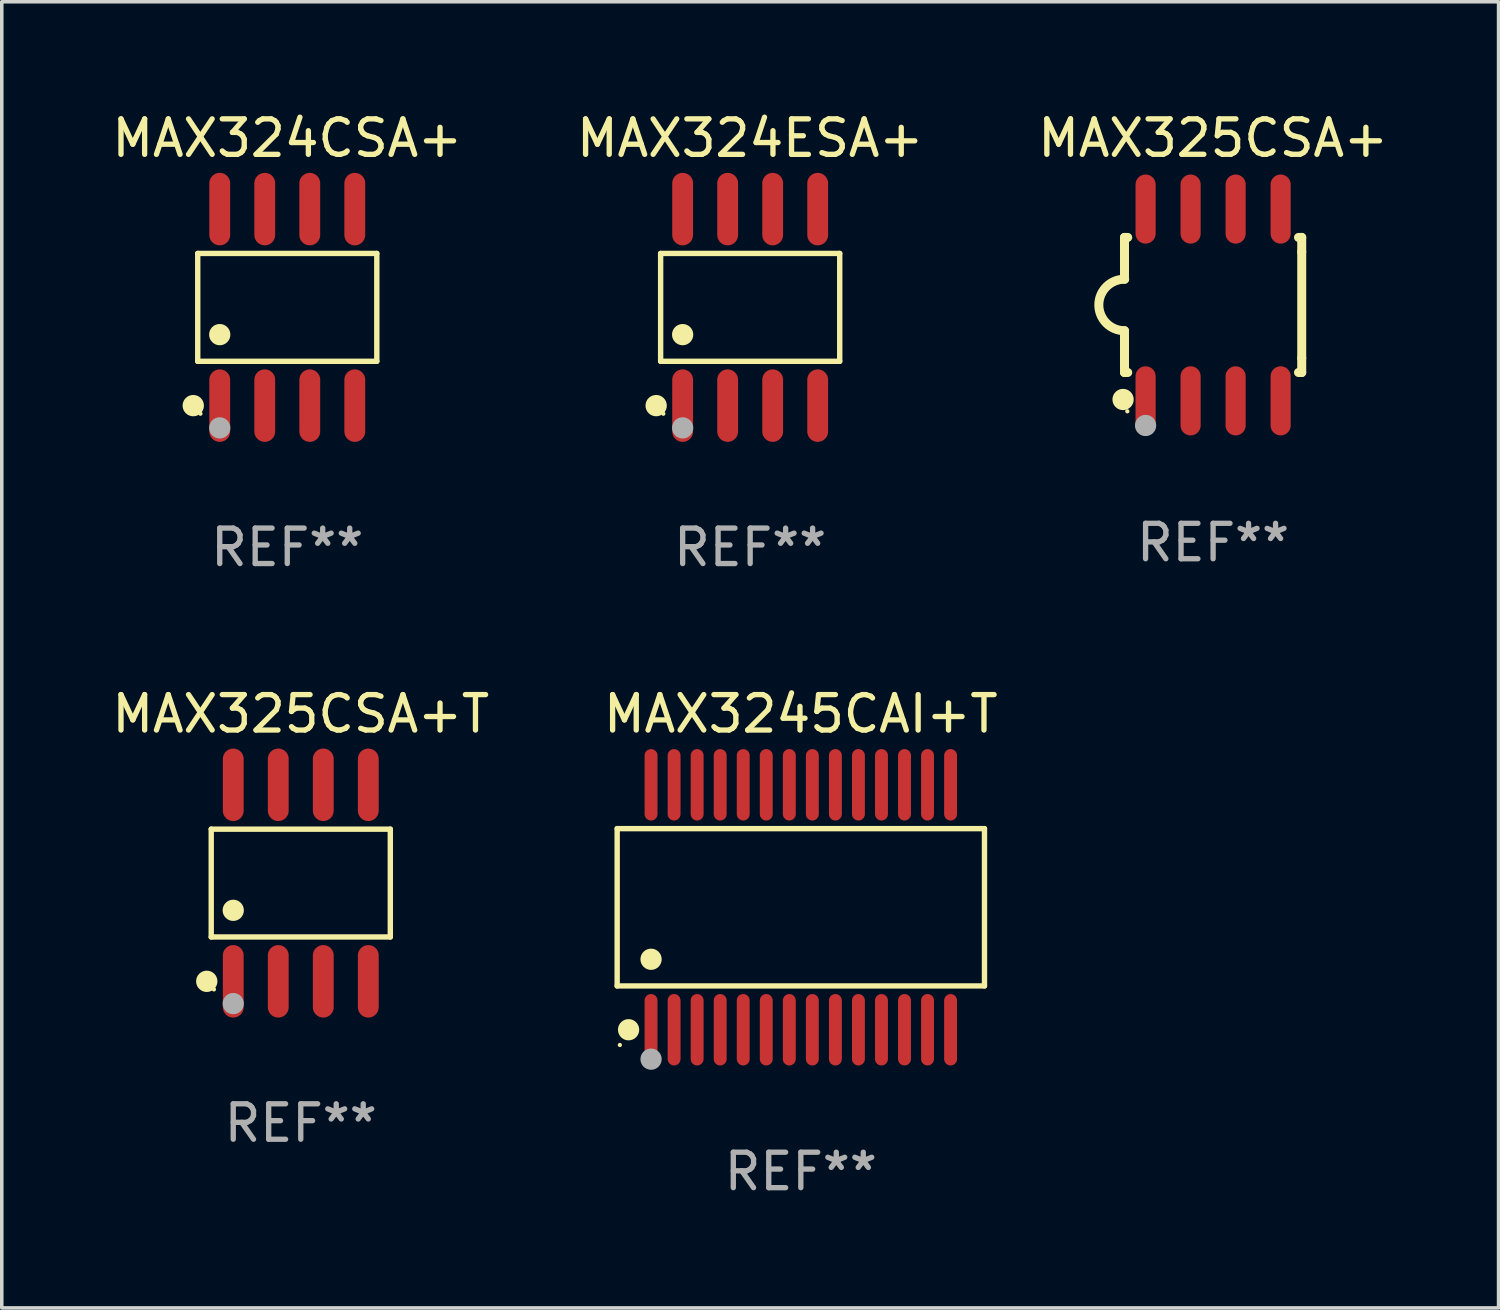
<source format=kicad_pcb>
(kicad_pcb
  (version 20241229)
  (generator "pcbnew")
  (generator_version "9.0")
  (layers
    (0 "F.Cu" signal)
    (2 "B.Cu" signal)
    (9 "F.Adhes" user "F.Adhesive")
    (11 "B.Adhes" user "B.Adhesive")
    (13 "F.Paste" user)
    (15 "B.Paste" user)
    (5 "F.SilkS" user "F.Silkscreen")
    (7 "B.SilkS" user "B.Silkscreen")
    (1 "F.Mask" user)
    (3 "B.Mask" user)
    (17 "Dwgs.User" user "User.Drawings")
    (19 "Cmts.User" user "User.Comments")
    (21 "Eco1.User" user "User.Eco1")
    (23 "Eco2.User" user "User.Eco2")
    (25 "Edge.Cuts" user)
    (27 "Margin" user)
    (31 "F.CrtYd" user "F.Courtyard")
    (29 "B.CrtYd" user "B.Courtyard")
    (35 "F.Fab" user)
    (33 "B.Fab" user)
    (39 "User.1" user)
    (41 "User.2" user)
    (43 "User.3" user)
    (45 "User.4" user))
  (footprint "MAX325CSA+T"
    (layer "F.Cu")
    (at 5.435 21.862)
    (property "Reference" "MAX325CSA+T" (at 0 -4.772 0) (layer "F.SilkS") (effects (font (size 1 1) (thickness 0.15))))
    (attr through_hole)
    (fp_line (start -2.526 -1.521) (end 2.526 -1.521) (stroke (width 0.152) (type solid)) (layer "F.SilkS"))
    (fp_line (start -2.526 1.521) (end -2.526 -1.521) (stroke (width 0.152) (type solid)) (layer "F.SilkS"))
    (fp_line (start 2.526 -1.521) (end 2.526 1.521) (stroke (width 0.152) (type solid)) (layer "F.SilkS"))
    (fp_line (start 2.526 1.521) (end -2.526 1.521) (stroke (width 0.152) (type solid)) (layer "F.SilkS"))
    (fp_circle (center -2.652 2.772) (end -2.501 2.772) (stroke (width 0.3) (type solid)) (fill no) (layer "F.SilkS"))
    (fp_circle (center -2.45 3) (end -2.42 3) (stroke (width 0.06) (type solid)) (fill no) (layer "F.SilkS"))
    (fp_circle (center -1.905 0.769) (end -1.755 0.769) (stroke (width 0.3) (type solid)) (fill no) (layer "F.SilkS"))
    (fp_circle (center -1.905 3.4) (end -1.755 3.4) (stroke (width 0.3) (type solid)) (fill no) (layer "F.Fab"))
    (fp_text user "REF**" (at 0 6.772 0) (layer "F.Fab") (effects (font (size 1 1) (thickness 0.15))))
    (pad "1" smd oval (at -1.905 2.772) (size 0.588 2.045) (layers "F.Cu" "F.Mask" "F.Paste"))
    (pad "2" smd oval (at -0.635 2.772) (size 0.588 2.045) (layers "F.Cu" "F.Mask" "F.Paste"))
    (pad "3" smd oval (at 0.635 2.772) (size 0.588 2.045) (layers "F.Cu" "F.Mask" "F.Paste"))
    (pad "4" smd oval (at 1.905 2.772) (size 0.588 2.045) (layers "F.Cu" "F.Mask" "F.Paste"))
    (pad "5" smd oval (at 1.905 -2.772) (size 0.588 2.045) (layers "F.Cu" "F.Mask" "F.Paste"))
    (pad "6" smd oval (at 0.635 -2.772) (size 0.588 2.045) (layers "F.Cu" "F.Mask" "F.Paste"))
    (pad "7" smd oval (at -0.635 -2.772) (size 0.588 2.045) (layers "F.Cu" "F.Mask" "F.Paste"))
    (pad "8" smd oval (at -1.905 -2.772) (size 0.588 2.045) (layers "F.Cu" "F.Mask" "F.Paste")))
  (footprint "MAX324CSA+"
    (layer "F.Cu")
    (at 5.054 5.621)
    (property "Reference" "MAX324CSA+" (at 0 -4.772 0) (layer "F.SilkS") (effects (font (size 1 1) (thickness 0.15))))
    (attr through_hole)
    (fp_line (start -2.526 -1.521) (end 2.526 -1.521) (stroke (width 0.152) (type solid)) (layer "F.SilkS"))
    (fp_line (start -2.526 1.521) (end -2.526 -1.521) (stroke (width 0.152) (type solid)) (layer "F.SilkS"))
    (fp_line (start 2.526 -1.521) (end 2.526 1.521) (stroke (width 0.152) (type solid)) (layer "F.SilkS"))
    (fp_line (start 2.526 1.521) (end -2.526 1.521) (stroke (width 0.152) (type solid)) (layer "F.SilkS"))
    (fp_circle (center -2.652 2.772) (end -2.501 2.772) (stroke (width 0.3) (type solid)) (fill no) (layer "F.SilkS"))
    (fp_circle (center -2.45 3) (end -2.42 3) (stroke (width 0.06) (type solid)) (fill no) (layer "F.SilkS"))
    (fp_circle (center -1.905 0.769) (end -1.755 0.769) (stroke (width 0.3) (type solid)) (fill no) (layer "F.SilkS"))
    (fp_circle (center -1.905 3.4) (end -1.755 3.4) (stroke (width 0.3) (type solid)) (fill no) (layer "F.Fab"))
    (fp_text user "REF**" (at 0 6.772 0) (layer "F.Fab") (effects (font (size 1 1) (thickness 0.15))))
    (pad "1" smd oval (at -1.905 2.772) (size 0.588 2.045) (layers "F.Cu" "F.Mask" "F.Paste"))
    (pad "2" smd oval (at -0.635 2.772) (size 0.588 2.045) (layers "F.Cu" "F.Mask" "F.Paste"))
    (pad "3" smd oval (at 0.635 2.772) (size 0.588 2.045) (layers "F.Cu" "F.Mask" "F.Paste"))
    (pad "4" smd oval (at 1.905 2.772) (size 0.588 2.045) (layers "F.Cu" "F.Mask" "F.Paste"))
    (pad "5" smd oval (at 1.905 -2.772) (size 0.588 2.045) (layers "F.Cu" "F.Mask" "F.Paste"))
    (pad "6" smd oval (at 0.635 -2.772) (size 0.588 2.045) (layers "F.Cu" "F.Mask" "F.Paste"))
    (pad "7" smd oval (at -0.635 -2.772) (size 0.588 2.045) (layers "F.Cu" "F.Mask" "F.Paste"))
    (pad "8" smd oval (at -1.905 -2.772) (size 0.588 2.045) (layers "F.Cu" "F.Mask" "F.Paste")))
  (footprint "MAX3245CAI+T"
    (layer "F.Cu")
    (at 19.542 22.545)
    (property "Reference" "MAX3245CAI+T" (at 0 -5.455 0) (layer "F.SilkS") (effects (font (size 1 1) (thickness 0.15))))
    (attr through_hole)
    (fp_line (start -5.181 -2.219) (end 5.181 -2.219) (stroke (width 0.152) (type solid)) (layer "F.SilkS"))
    (fp_line (start -5.181 2.219) (end -5.181 -2.219) (stroke (width 0.152) (type solid)) (layer "F.SilkS"))
    (fp_line (start 5.181 -2.219) (end 5.181 2.219) (stroke (width 0.152) (type solid)) (layer "F.SilkS"))
    (fp_line (start 5.181 2.219) (end -5.181 2.219) (stroke (width 0.152) (type solid)) (layer "F.SilkS"))
    (fp_circle (center -5.105 3.885) (end -5.075 3.885) (stroke (width 0.06) (type solid)) (fill no) (layer "F.SilkS"))
    (fp_circle (center -4.859 3.455) (end -4.709 3.455) (stroke (width 0.3) (type solid)) (fill no) (layer "F.SilkS"))
    (fp_circle (center -4.225 1.467) (end -4.075 1.467) (stroke (width 0.3) (type solid)) (fill no) (layer "F.SilkS"))
    (fp_circle (center -4.225 4.285) (end -4.075 4.285) (stroke (width 0.3) (type solid)) (fill no) (layer "F.Fab"))
    (fp_text user "REF**" (at 0 7.455 0) (layer "F.Fab") (effects (font (size 1 1) (thickness 0.15))))
    (pad "1" smd oval (at -4.225 3.455) (size 0.364 2.015) (layers "F.Cu" "F.Mask" "F.Paste"))
    (pad "2" smd oval (at -3.575 3.455) (size 0.364 2.015) (layers "F.Cu" "F.Mask" "F.Paste"))
    (pad "3" smd oval (at -2.925 3.455) (size 0.364 2.015) (layers "F.Cu" "F.Mask" "F.Paste"))
    (pad "4" smd oval (at -2.275 3.455) (size 0.364 2.015) (layers "F.Cu" "F.Mask" "F.Paste"))
    (pad "5" smd oval (at -1.625 3.455) (size 0.364 2.015) (layers "F.Cu" "F.Mask" "F.Paste"))
    (pad "6" smd oval (at -0.975 3.455) (size 0.364 2.015) (layers "F.Cu" "F.Mask" "F.Paste"))
    (pad "7" smd oval (at -0.325 3.455) (size 0.364 2.015) (layers "F.Cu" "F.Mask" "F.Paste"))
    (pad "8" smd oval (at 0.325 3.455) (size 0.364 2.015) (layers "F.Cu" "F.Mask" "F.Paste"))
    (pad "9" smd oval (at 0.975 3.455) (size 0.364 2.015) (layers "F.Cu" "F.Mask" "F.Paste"))
    (pad "10" smd oval (at 1.625 3.455) (size 0.364 2.015) (layers "F.Cu" "F.Mask" "F.Paste"))
    (pad "11" smd oval (at 2.275 3.455) (size 0.364 2.015) (layers "F.Cu" "F.Mask" "F.Paste"))
    (pad "12" smd oval (at 2.925 3.455) (size 0.364 2.015) (layers "F.Cu" "F.Mask" "F.Paste"))
    (pad "13" smd oval (at 3.575 3.455) (size 0.364 2.015) (layers "F.Cu" "F.Mask" "F.Paste"))
    (pad "14" smd oval (at 4.225 3.455) (size 0.364 2.015) (layers "F.Cu" "F.Mask" "F.Paste"))
    (pad "15" smd oval (at 4.225 -3.455) (size 0.364 2.015) (layers "F.Cu" "F.Mask" "F.Paste"))
    (pad "16" smd oval (at 3.575 -3.455) (size 0.364 2.015) (layers "F.Cu" "F.Mask" "F.Paste"))
    (pad "17" smd oval (at 2.925 -3.455) (size 0.364 2.015) (layers "F.Cu" "F.Mask" "F.Paste"))
    (pad "18" smd oval (at 2.275 -3.455) (size 0.364 2.015) (layers "F.Cu" "F.Mask" "F.Paste"))
    (pad "19" smd oval (at 1.625 -3.455) (size 0.364 2.015) (layers "F.Cu" "F.Mask" "F.Paste"))
    (pad "20" smd oval (at 0.975 -3.455) (size 0.364 2.015) (layers "F.Cu" "F.Mask" "F.Paste"))
    (pad "21" smd oval (at 0.325 -3.455) (size 0.364 2.015) (layers "F.Cu" "F.Mask" "F.Paste"))
    (pad "22" smd oval (at -0.325 -3.455) (size 0.364 2.015) (layers "F.Cu" "F.Mask" "F.Paste"))
    (pad "23" smd oval (at -0.975 -3.455) (size 0.364 2.015) (layers "F.Cu" "F.Mask" "F.Paste"))
    (pad "24" smd oval (at -1.625 -3.455) (size 0.364 2.015) (layers "F.Cu" "F.Mask" "F.Paste"))
    (pad "25" smd oval (at -2.275 -3.455) (size 0.364 2.015) (layers "F.Cu" "F.Mask" "F.Paste"))
    (pad "26" smd oval (at -2.925 -3.455) (size 0.364 2.015) (layers "F.Cu" "F.Mask" "F.Paste"))
    (pad "27" smd oval (at -3.575 -3.455) (size 0.364 2.015) (layers "F.Cu" "F.Mask" "F.Paste"))
    (pad "28" smd oval (at -4.225 -3.455) (size 0.364 2.015) (layers "F.Cu" "F.Mask" "F.Paste")))
  (footprint "MAX324ESA+"
    (layer "F.Cu")
    (at 18.113 5.621)
    (property "Reference" "MAX324ESA+" (at 0 -4.772 0) (layer "F.SilkS") (effects (font (size 1 1) (thickness 0.15))))
    (attr through_hole)
    (fp_line (start -2.526 -1.521) (end 2.526 -1.521) (stroke (width 0.152) (type solid)) (layer "F.SilkS"))
    (fp_line (start -2.526 1.521) (end -2.526 -1.521) (stroke (width 0.152) (type solid)) (layer "F.SilkS"))
    (fp_line (start 2.526 -1.521) (end 2.526 1.521) (stroke (width 0.152) (type solid)) (layer "F.SilkS"))
    (fp_line (start 2.526 1.521) (end -2.526 1.521) (stroke (width 0.152) (type solid)) (layer "F.SilkS"))
    (fp_circle (center -2.652 2.772) (end -2.501 2.772) (stroke (width 0.3) (type solid)) (fill no) (layer "F.SilkS"))
    (fp_circle (center -2.45 3) (end -2.42 3) (stroke (width 0.06) (type solid)) (fill no) (layer "F.SilkS"))
    (fp_circle (center -1.905 0.769) (end -1.755 0.769) (stroke (width 0.3) (type solid)) (fill no) (layer "F.SilkS"))
    (fp_circle (center -1.905 3.4) (end -1.755 3.4) (stroke (width 0.3) (type solid)) (fill no) (layer "F.Fab"))
    (fp_text user "REF**" (at 0 6.772 0) (layer "F.Fab") (effects (font (size 1 1) (thickness 0.15))))
    (pad "1" smd oval (at -1.905 2.772) (size 0.588 2.045) (layers "F.Cu" "F.Mask" "F.Paste"))
    (pad "2" smd oval (at -0.635 2.772) (size 0.588 2.045) (layers "F.Cu" "F.Mask" "F.Paste"))
    (pad "3" smd oval (at 0.635 2.772) (size 0.588 2.045) (layers "F.Cu" "F.Mask" "F.Paste"))
    (pad "4" smd oval (at 1.905 2.772) (size 0.588 2.045) (layers "F.Cu" "F.Mask" "F.Paste"))
    (pad "5" smd oval (at 1.905 -2.772) (size 0.588 2.045) (layers "F.Cu" "F.Mask" "F.Paste"))
    (pad "6" smd oval (at 0.635 -2.772) (size 0.588 2.045) (layers "F.Cu" "F.Mask" "F.Paste"))
    (pad "7" smd oval (at -0.635 -2.772) (size 0.588 2.045) (layers "F.Cu" "F.Mask" "F.Paste"))
    (pad "8" smd oval (at -1.905 -2.772) (size 0.588 2.045) (layers "F.Cu" "F.Mask" "F.Paste")))
  (footprint "MAX325CSA+"
    (layer "F.Cu")
    (at 31.173 5.553)
    (property "Reference" "MAX325CSA+" (at 0 -4.705 0) (layer "F.SilkS") (effects (font (size 1 1) (thickness 0.15))))
    (attr through_hole)
    (fp_line (start -2.5 -1.905) (end -2.409 -1.905) (stroke (width 0.254) (type solid)) (layer "F.SilkS"))
    (fp_line (start -2.5 -1.5) (end -2.5 -1.905) (stroke (width 0.254) (type solid)) (layer "F.SilkS"))
    (fp_line (start -2.5 -1.5) (end -2.5 -0.726) (stroke (width 0.254) (type solid)) (layer "F.SilkS"))
    (fp_line (start -2.5 1.5) (end -2.5 0.727) (stroke (width 0.254) (type solid)) (layer "F.SilkS"))
    (fp_line (start -2.5 1.5) (end -2.5 1.905) (stroke (width 0.254) (type solid)) (layer "F.SilkS"))
    (fp_line (start -2.5 1.905) (end -2.409 1.905) (stroke (width 0.254) (type solid)) (layer "F.SilkS"))
    (fp_line (start 2.5 -1.905) (end 2.409 -1.905) (stroke (width 0.254) (type solid)) (layer "F.SilkS"))
    (fp_line (start 2.5 -1.5) (end 2.5 -1.905) (stroke (width 0.254) (type solid)) (layer "F.SilkS"))
    (fp_line (start 2.5 -1.5) (end 2.5 1.5) (stroke (width 0.254) (type solid)) (layer "F.SilkS"))
    (fp_line (start 2.5 1.5) (end 2.5 1.905) (stroke (width 0.254) (type solid)) (layer "F.SilkS"))
    (fp_line (start 2.5 1.905) (end 2.409 1.905) (stroke (width 0.254) (type solid)) (layer "F.SilkS"))
    (fp_arc (start -2.5 0.726568) (mid -3.220316 -0.0023) (end -2.495097 -0.726289) (stroke (width 0.254001) (type solid)) (layer "F.SilkS"))
    (fp_circle (center -2.54 2.667) (end -2.39 2.667) (stroke (width 0.3) (type solid)) (fill no) (layer "F.SilkS"))
    (fp_circle (center -2.42 3) (end -2.39 3) (stroke (width 0.06) (type solid)) (fill no) (layer "F.SilkS"))
    (fp_circle (center -1.905 3.4) (end -1.755 3.4) (stroke (width 0.3) (type solid)) (fill no) (layer "F.Fab"))
    (fp_text user "REF**" (at 0 6.705 0) (layer "F.Fab") (effects (font (size 1 1) (thickness 0.15))))
    (pad "1" smd oval (at -1.905 2.705) (size 0.568 1.95) (layers "F.Cu" "F.Mask" "F.Paste"))
    (pad "2" smd oval (at -0.635 2.705) (size 0.568 1.95) (layers "F.Cu" "F.Mask" "F.Paste"))
    (pad "3" smd oval (at 0.635 2.705) (size 0.568 1.95) (layers "F.Cu" "F.Mask" "F.Paste"))
    (pad "4" smd oval (at 1.905 2.705) (size 0.568 1.95) (layers "F.Cu" "F.Mask" "F.Paste"))
    (pad "5" smd oval (at 1.905 -2.705) (size 0.568 1.95) (layers "F.Cu" "F.Mask" "F.Paste"))
    (pad "6" smd oval (at 0.635 -2.705) (size 0.568 1.95) (layers "F.Cu" "F.Mask" "F.Paste"))
    (pad "7" smd oval (at -0.635 -2.705) (size 0.568 1.95) (layers "F.Cu" "F.Mask" "F.Paste"))
    (pad "8" smd oval (at -1.905 -2.705) (size 0.568 1.95) (layers "F.Cu" "F.Mask" "F.Paste")))
  (gr_rect
    (start -3 -3)
    (end 39.226 33.848)
    (stroke (width 0.1) (type default))
    (fill no)
    (layer "Edge.Cuts")))
</source>
